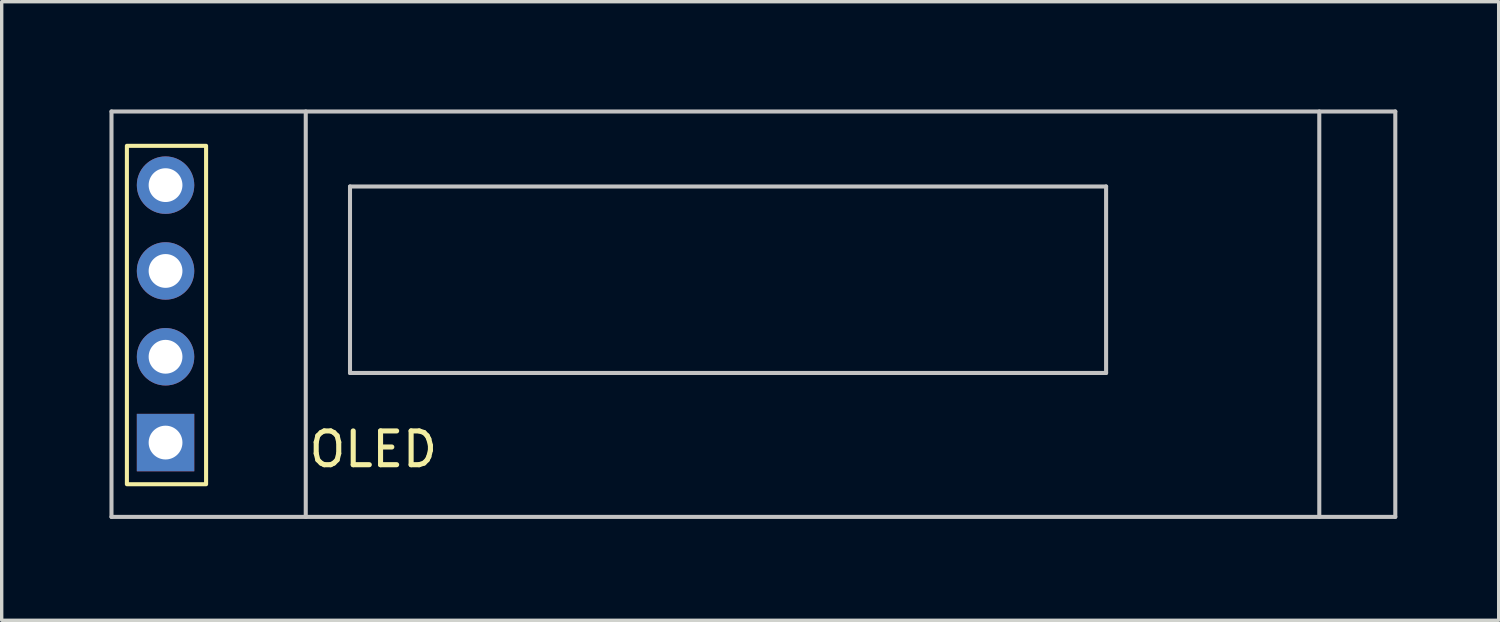
<source format=kicad_pcb>
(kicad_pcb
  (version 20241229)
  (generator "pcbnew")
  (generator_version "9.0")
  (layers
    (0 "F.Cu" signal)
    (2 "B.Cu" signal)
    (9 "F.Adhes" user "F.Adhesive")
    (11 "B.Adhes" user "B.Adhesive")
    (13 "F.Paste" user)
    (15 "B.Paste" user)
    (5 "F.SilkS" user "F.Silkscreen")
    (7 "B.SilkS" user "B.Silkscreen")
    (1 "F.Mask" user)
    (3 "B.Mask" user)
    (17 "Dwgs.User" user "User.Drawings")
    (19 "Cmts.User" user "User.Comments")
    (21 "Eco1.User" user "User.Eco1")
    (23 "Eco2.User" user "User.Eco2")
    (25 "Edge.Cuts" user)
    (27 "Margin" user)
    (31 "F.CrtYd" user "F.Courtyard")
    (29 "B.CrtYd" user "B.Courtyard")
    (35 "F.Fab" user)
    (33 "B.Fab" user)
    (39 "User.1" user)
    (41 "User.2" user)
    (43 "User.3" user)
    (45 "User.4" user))
  (footprint "OLED"
    (layer "F.Cu")
    (at 0.25 0.25)
    (property "Reference" "OLED" (at 7.75 10 0) (layer "F.SilkS") (effects (font (size 1 1) (thickness 0.15))))
    (attr through_hole)
    (fp_rect (start 0.456 1.016) (end 2.8 11.033) (stroke (width 0.12) (type solid)) (fill no) (layer "F.SilkS"))
    (fp_line (start 0 0) (end 0 12) (stroke (width 0.12) (type solid)) (layer "Dwgs.User"))
    (fp_line (start 0 0) (end 38 0) (stroke (width 0.12) (type solid)) (layer "Dwgs.User"))
    (fp_line (start 5.75 0) (end 5.75 12) (stroke (width 0.12) (type solid)) (layer "Dwgs.User"))
    (fp_line (start 7.06 2.22) (end 7.06 7.74) (stroke (width 0.12) (type solid)) (layer "Dwgs.User"))
    (fp_line (start 7.06 2.22) (end 29.44 2.22) (stroke (width 0.12) (type solid)) (layer "Dwgs.User"))
    (fp_line (start 7.06 7.74) (end 29.44 7.74) (stroke (width 0.12) (type solid)) (layer "Dwgs.User"))
    (fp_line (start 29.44 7.74) (end 29.44 2.22) (stroke (width 0.12) (type solid)) (layer "Dwgs.User"))
    (fp_line (start 35.75 0) (end 35.75 12) (stroke (width 0.12) (type solid)) (layer "Dwgs.User"))
    (fp_line (start 38 0) (end 38 12) (stroke (width 0.12) (type solid)) (layer "Dwgs.User"))
    (fp_line (start 38 12) (end 0 12) (stroke (width 0.12) (type solid)) (layer "Dwgs.User"))
    (pad "1" thru_hole rect (at 1.6 9.8 180) (size 1.7 1.7) (drill 1) (layers "*.Cu" "*.Mask"))
    (pad "2" thru_hole oval (at 1.6 7.26 180) (size 1.7 1.7) (drill 1) (layers "*.Cu" "*.Mask"))
    (pad "3" thru_hole oval (at 1.6 4.72 180) (size 1.7 1.7) (drill 1) (layers "*.Cu" "*.Mask"))
    (pad "4" thru_hole oval (at 1.6 2.18 180) (size 1.7 1.7) (drill 1) (layers "*.Cu" "*.Mask")))
  (gr_rect
    (start -3 -3)
    (end 41.31 15.31)
    (stroke (width 0.1) (type default))
    (fill no)
    (layer "Edge.Cuts")))
</source>
